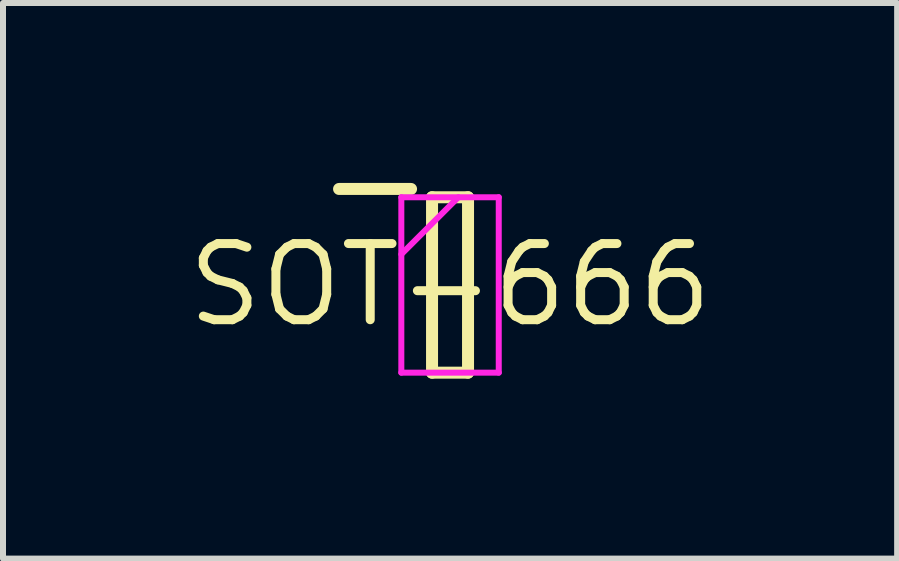
<source format=kicad_pcb>
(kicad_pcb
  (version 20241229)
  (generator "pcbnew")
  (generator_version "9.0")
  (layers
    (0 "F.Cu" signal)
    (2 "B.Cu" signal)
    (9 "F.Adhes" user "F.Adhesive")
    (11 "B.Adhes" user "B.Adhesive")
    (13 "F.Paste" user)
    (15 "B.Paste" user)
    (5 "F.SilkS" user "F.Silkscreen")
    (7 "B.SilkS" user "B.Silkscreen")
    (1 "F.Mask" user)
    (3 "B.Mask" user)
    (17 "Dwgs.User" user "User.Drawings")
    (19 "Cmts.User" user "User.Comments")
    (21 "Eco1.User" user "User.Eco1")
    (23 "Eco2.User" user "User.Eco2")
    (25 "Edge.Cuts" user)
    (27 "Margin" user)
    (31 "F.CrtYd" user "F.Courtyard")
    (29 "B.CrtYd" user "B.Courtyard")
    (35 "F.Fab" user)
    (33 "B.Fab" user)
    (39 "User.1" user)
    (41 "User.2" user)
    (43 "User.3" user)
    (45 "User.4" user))
  (footprint "SOT-666"
    (layer "F.Cu")
    (at 4.452 1.7)
    (property "Reference" "SOT-666" (at 0 0 0) (layer "F.SilkS") (effects (font (size 1.27 1.27) (thickness 0.15))))
    (attr through_hole)
    (fp_line (start -1.85 -1.6) (end -0.65 -1.6) (stroke (width 0.2) (type solid)) (layer "F.SilkS"))
    (fp_line (start -0.3 -1.462) (end 0.3 -1.462) (stroke (width 0.2) (type solid)) (layer "F.SilkS"))
    (fp_line (start -0.3 1.462) (end -0.3 -1.462) (stroke (width 0.2) (type solid)) (layer "F.SilkS"))
    (fp_line (start -0.3 1.462) (end 0.3 1.462) (stroke (width 0.2) (type solid)) (layer "F.SilkS"))
    (fp_line (start 0.3 1.462) (end 0.3 -1.462) (stroke (width 0.2) (type solid)) (layer "F.SilkS"))
    (fp_line (start -0.812 -1.462) (end 0.812 -1.462) (stroke (width 0.1) (type solid)) (layer "F.CrtYd"))
    (fp_line (start -0.812 -0.512) (end 0.138 -1.462) (stroke (width 0.1) (type solid)) (layer "F.CrtYd"))
    (fp_line (start -0.812 1.462) (end -0.812 -1.462) (stroke (width 0.1) (type solid)) (layer "F.CrtYd"))
    (fp_line (start -0.812 1.462) (end 0.812 1.462) (stroke (width 0.1) (type solid)) (layer "F.CrtYd"))
    (fp_line (start 0.812 1.462) (end 0.812 -1.462) (stroke (width 0.1) (type solid)) (layer "F.CrtYd")))
  (gr_rect
    (start -3 -3)
    (end 11.905 6.262)
    (stroke (width 0.1) (type default))
    (fill no)
    (layer "Edge.Cuts")))
</source>
